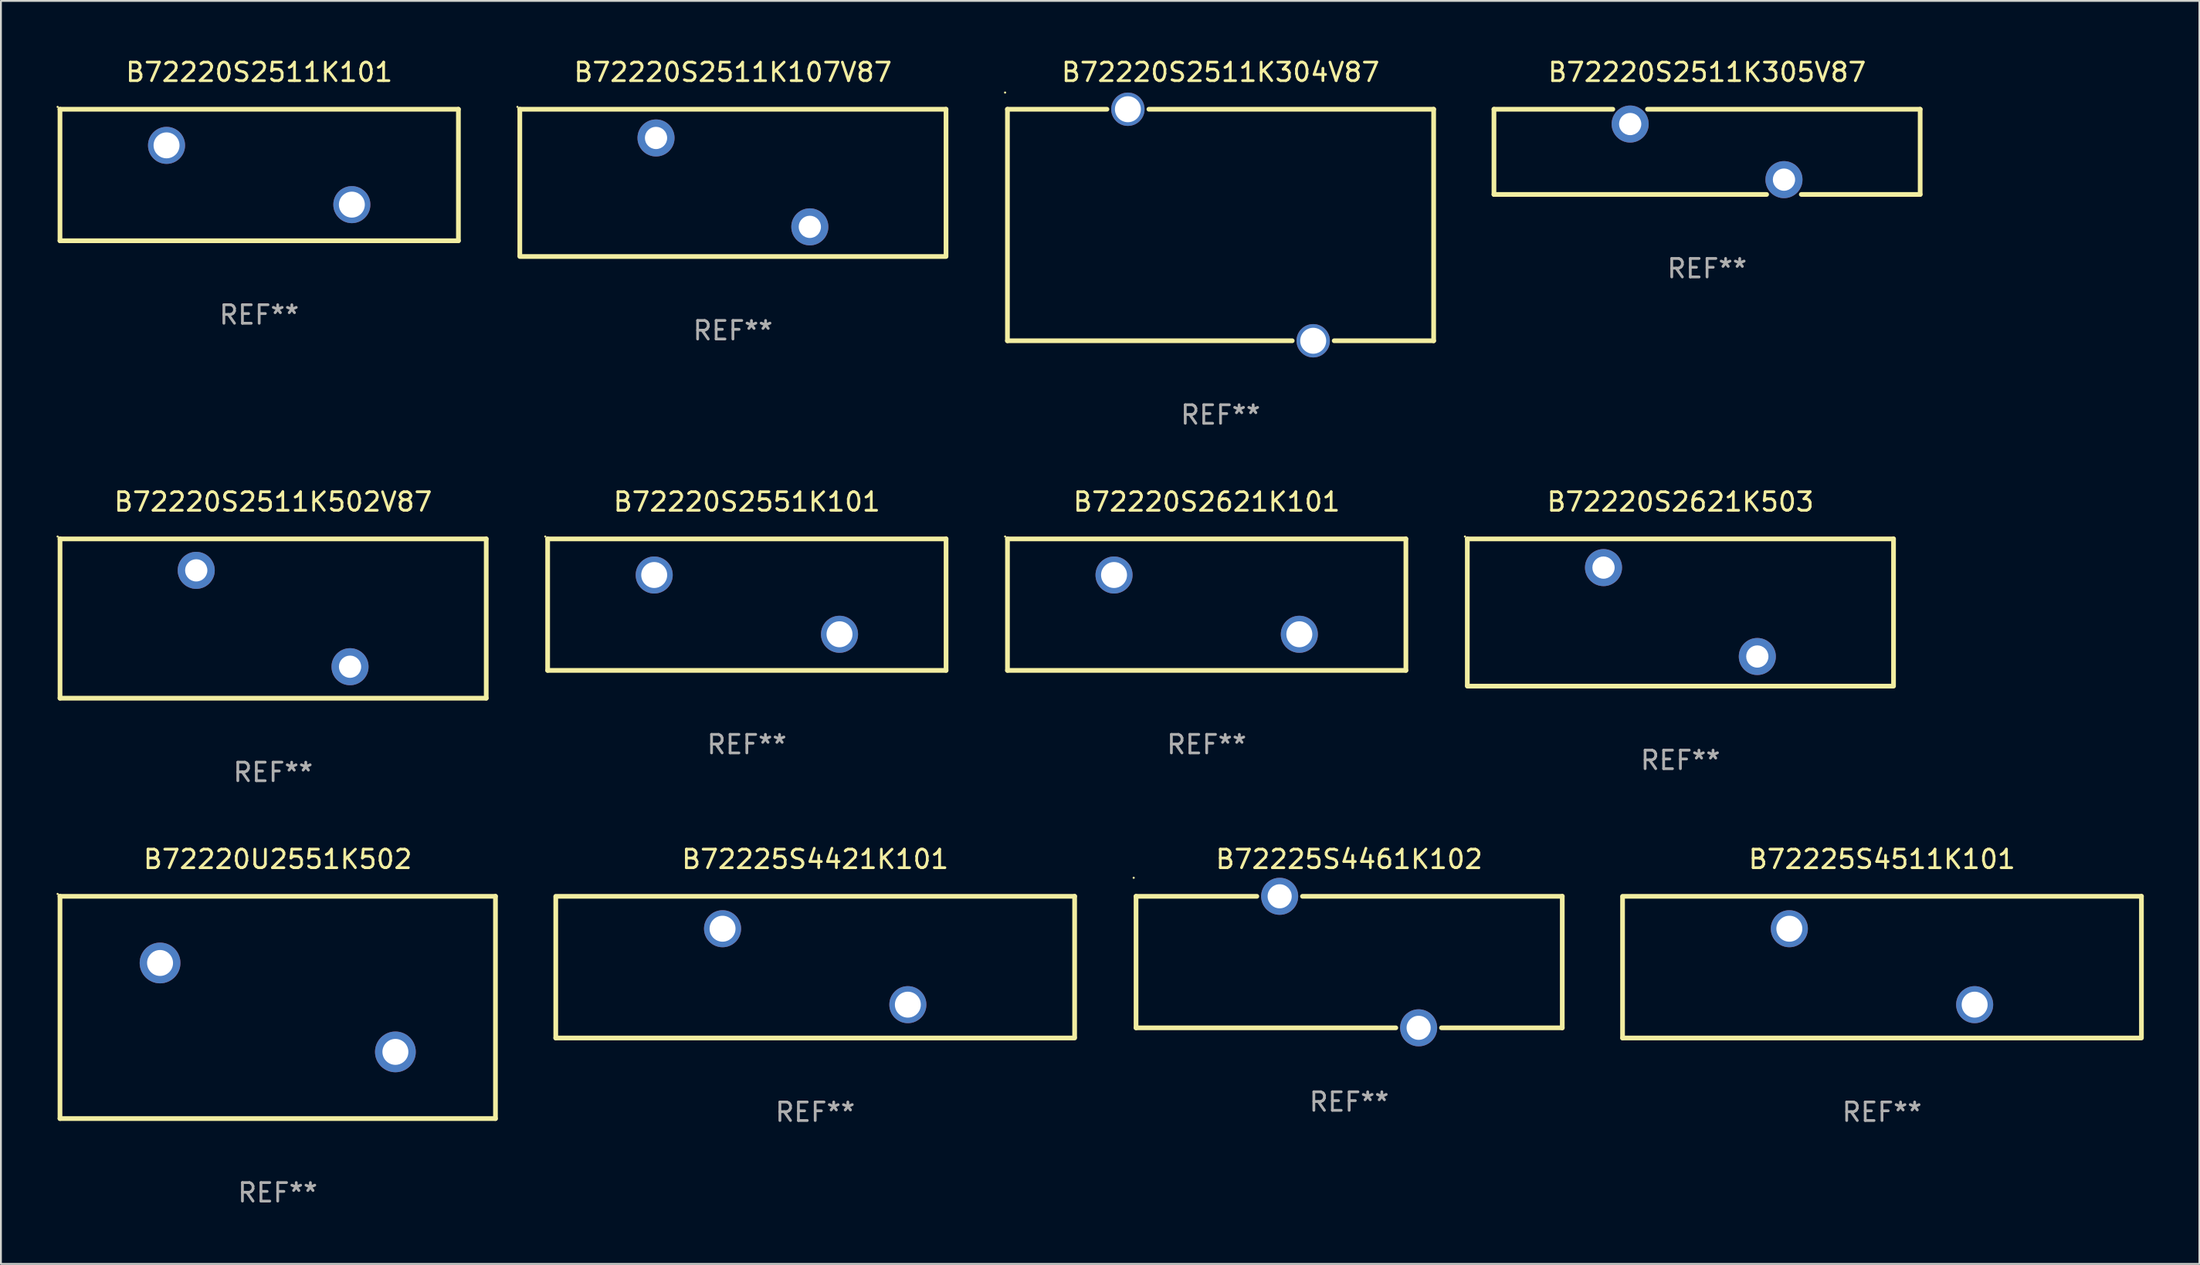
<source format=kicad_pcb>
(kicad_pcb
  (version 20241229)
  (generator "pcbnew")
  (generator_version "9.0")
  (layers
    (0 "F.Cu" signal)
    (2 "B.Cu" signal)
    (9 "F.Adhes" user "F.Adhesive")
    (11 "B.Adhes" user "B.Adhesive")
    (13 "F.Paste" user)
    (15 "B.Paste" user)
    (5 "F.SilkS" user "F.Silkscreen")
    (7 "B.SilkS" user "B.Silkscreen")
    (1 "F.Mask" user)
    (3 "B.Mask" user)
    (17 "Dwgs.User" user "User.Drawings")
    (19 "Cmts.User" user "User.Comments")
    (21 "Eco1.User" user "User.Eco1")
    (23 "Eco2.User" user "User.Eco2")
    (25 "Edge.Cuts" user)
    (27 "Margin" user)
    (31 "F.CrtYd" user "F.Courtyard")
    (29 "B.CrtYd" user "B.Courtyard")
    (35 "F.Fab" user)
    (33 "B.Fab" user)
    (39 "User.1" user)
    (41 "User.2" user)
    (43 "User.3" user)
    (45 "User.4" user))
  (footprint "B72220S2511K502V87"
    (layer "F.Cu")
    (at 11.688 30.345)
    (property "Reference" "B72220S2511K502V87" (at 0 -6.3 0) (layer "F.SilkS") (effects (font (size 1 1) (thickness 0.15))))
    (attr through_hole)
    (fp_line (start -11.499 -4.3) (end 11.501 -4.3) (stroke (width 0.254) (type solid)) (layer "F.SilkS"))
    (fp_line (start -11.499 4.3) (end -11.499 -4.3) (stroke (width 0.254) (type solid)) (layer "F.SilkS"))
    (fp_line (start 11.501 -4.3) (end 11.501 4.3) (stroke (width 0.254) (type solid)) (layer "F.SilkS"))
    (fp_line (start 11.501 4.3) (end -11.501 4.3) (stroke (width 0.254) (type solid)) (layer "F.SilkS"))
    (fp_circle (center -11.628 -4.427) (end -11.598 -4.427) (stroke (width 0.06) (type solid)) (fill no) (layer "F.SilkS"))
    (fp_text user "REF**" (at 0 8.3 0) (layer "F.Fab") (effects (font (size 1 1) (thickness 0.15))))
    (pad "1" thru_hole circle (at -4.149 -2.601) (size 2 2) (drill 1.2) (layers "*.Cu" "*.Mask"))
    (pad "2" thru_hole circle (at 4.151 2.601) (size 2 2) (drill 1.2) (layers "*.Cu" "*.Mask")))
  (footprint "B72225S4511K101"
    (layer "F.Cu")
    (at 98.509 49.167)
    (property "Reference" "B72225S4511K101" (at 0 -5.825 0) (layer "F.SilkS") (effects (font (size 1 1) (thickness 0.15))))
    (attr through_hole)
    (fp_line (start -14 -3.825) (end 14 -3.825) (stroke (width 0.254) (type solid)) (layer "F.SilkS"))
    (fp_line (start -14 3.825) (end -14 -3.775) (stroke (width 0.254) (type solid)) (layer "F.SilkS"))
    (fp_line (start 14 -3.825) (end 14 3.775) (stroke (width 0.254) (type solid)) (layer "F.SilkS"))
    (fp_line (start 14 3.825) (end -14 3.825) (stroke (width 0.254) (type solid)) (layer "F.SilkS"))
    (fp_circle (center -14 -3.825) (end -13.97 -3.825) (stroke (width 0.06) (type solid)) (fill no) (layer "F.SilkS"))
    (fp_text user "REF**" (at 0 7.825 0) (layer "F.Fab") (effects (font (size 1 1) (thickness 0.15))))
    (pad "1" thru_hole circle (at -5 -2.075) (size 2 2) (drill 1.4) (layers "*.Cu" "*.Mask"))
    (pad "2" thru_hole circle (at 5 2.025) (size 2 2) (drill 1.4) (layers "*.Cu" "*.Mask")))
  (footprint "B72220S2621K101"
    (layer "F.Cu")
    (at 62.067 29.595)
    (property "Reference" "B72220S2621K101" (at 0 -5.55 0) (layer "F.SilkS") (effects (font (size 1 1) (thickness 0.15))))
    (attr through_hole)
    (fp_line (start -10.75 -3.55) (end 10.75 -3.55) (stroke (width 0.254) (type solid)) (layer "F.SilkS"))
    (fp_line (start -10.75 3.55) (end -10.75 -3.55) (stroke (width 0.254) (type solid)) (layer "F.SilkS"))
    (fp_line (start 10.75 -3.55) (end 10.75 3.55) (stroke (width 0.254) (type solid)) (layer "F.SilkS"))
    (fp_line (start 10.75 3.55) (end -10.75 3.55) (stroke (width 0.254) (type solid)) (layer "F.SilkS"))
    (fp_circle (center -10.877 -3.677) (end -10.847 -3.677) (stroke (width 0.06) (type solid)) (fill no) (layer "F.SilkS"))
    (fp_text user "REF**" (at 0 7.55 0) (layer "F.Fab") (effects (font (size 1 1) (thickness 0.15))))
    (pad "1" thru_hole circle (at -5 -1.6) (size 2 2) (drill 1.4) (layers "*.Cu" "*.Mask"))
    (pad "2" thru_hole circle (at 5 1.6) (size 2 2) (drill 1.4) (layers "*.Cu" "*.Mask")))
  (footprint "B72220S2551K101"
    (layer "F.Cu")
    (at 37.253 29.595)
    (property "Reference" "B72220S2551K101" (at 0 -5.55 0) (layer "F.SilkS") (effects (font (size 1 1) (thickness 0.15))))
    (attr through_hole)
    (fp_line (start -10.75 -3.55) (end 10.75 -3.55) (stroke (width 0.254) (type solid)) (layer "F.SilkS"))
    (fp_line (start -10.75 3.55) (end -10.75 -3.55) (stroke (width 0.254) (type solid)) (layer "F.SilkS"))
    (fp_line (start 10.75 -3.55) (end 10.75 3.55) (stroke (width 0.254) (type solid)) (layer "F.SilkS"))
    (fp_line (start 10.75 3.55) (end -10.75 3.55) (stroke (width 0.254) (type solid)) (layer "F.SilkS"))
    (fp_circle (center -10.877 -3.677) (end -10.847 -3.677) (stroke (width 0.06) (type solid)) (fill no) (layer "F.SilkS"))
    (fp_text user "REF**" (at 0 7.55 0) (layer "F.Fab") (effects (font (size 1 1) (thickness 0.15))))
    (pad "1" thru_hole circle (at -5 -1.6) (size 2 2) (drill 1.4) (layers "*.Cu" "*.Mask"))
    (pad "2" thru_hole circle (at 5 1.6) (size 2 2) (drill 1.4) (layers "*.Cu" "*.Mask")))
  (footprint "B72220S2511K101"
    (layer "F.Cu")
    (at 10.937 6.398)
    (property "Reference" "B72220S2511K101" (at 0 -5.55 0) (layer "F.SilkS") (effects (font (size 1 1) (thickness 0.15))))
    (attr through_hole)
    (fp_line (start -10.75 -3.55) (end 10.75 -3.55) (stroke (width 0.254) (type solid)) (layer "F.SilkS"))
    (fp_line (start -10.75 3.55) (end -10.75 -3.55) (stroke (width 0.254) (type solid)) (layer "F.SilkS"))
    (fp_line (start 10.75 -3.55) (end 10.75 3.55) (stroke (width 0.254) (type solid)) (layer "F.SilkS"))
    (fp_line (start 10.75 3.55) (end -10.75 3.55) (stroke (width 0.254) (type solid)) (layer "F.SilkS"))
    (fp_circle (center -10.877 -3.677) (end -10.847 -3.677) (stroke (width 0.06) (type solid)) (fill no) (layer "F.SilkS"))
    (fp_text user "REF**" (at 0 7.55 0) (layer "F.Fab") (effects (font (size 1 1) (thickness 0.15))))
    (pad "1" thru_hole circle (at -5 -1.6) (size 2 2) (drill 1.4) (layers "*.Cu" "*.Mask"))
    (pad "2" thru_hole circle (at 5 1.6) (size 2 2) (drill 1.4) (layers "*.Cu" "*.Mask")))
  (footprint "B72225S4461K102"
    (layer "F.Cu")
    (at 69.755 48.892)
    (property "Reference" "B72225S4461K102" (at 0 -5.55 0) (layer "F.SilkS") (effects (font (size 1 1) (thickness 0.15))))
    (attr through_hole)
    (fp_line (start -11.5 -3.55) (end -4.981 -3.55) (stroke (width 0.254) (type solid)) (layer "F.SilkS"))
    (fp_line (start -11.5 3.55) (end -11.5 -3.55) (stroke (width 0.254) (type solid)) (layer "F.SilkS"))
    (fp_line (start -2.519 -3.55) (end 11.5 -3.55) (stroke (width 0.254) (type solid)) (layer "F.SilkS"))
    (fp_line (start 2.519 3.55) (end -11.5 3.55) (stroke (width 0.254) (type solid)) (layer "F.SilkS"))
    (fp_line (start 11.5 -3.55) (end 11.5 3.55) (stroke (width 0.254) (type solid)) (layer "F.SilkS"))
    (fp_line (start 11.5 3.55) (end 4.981 3.55) (stroke (width 0.254) (type solid)) (layer "F.SilkS"))
    (fp_circle (center -11.627 -4.55) (end -11.597 -4.55) (stroke (width 0.06) (type solid)) (fill no) (layer "F.SilkS"))
    (fp_text user "REF**" (at 0 7.55 0) (layer "F.Fab") (effects (font (size 1 1) (thickness 0.15))))
    (pad "1" thru_hole circle (at -3.75 -3.55) (size 2 2) (drill 1.3) (layers "*.Cu" "*.Mask"))
    (pad "2" thru_hole circle (at 3.75 3.55) (size 2 2) (drill 1.3) (layers "*.Cu" "*.Mask")))
  (footprint "B72220S2511K305V87"
    (layer "F.Cu")
    (at 89.069 5.148)
    (property "Reference" "B72220S2511K305V87" (at 0 -4.3 0) (layer "F.SilkS") (effects (font (size 1 1) (thickness 0.15))))
    (attr through_hole)
    (fp_line (start -11.5 -2.3) (end -5.086 -2.3) (stroke (width 0.254) (type solid)) (layer "F.SilkS"))
    (fp_line (start -11.5 2.3) (end -11.5 -2.3) (stroke (width 0.254) (type solid)) (layer "F.SilkS"))
    (fp_line (start -3.215 -2.3) (end 11.5 -2.3) (stroke (width 0.254) (type solid)) (layer "F.SilkS"))
    (fp_line (start 3.214 2.3) (end -11.5 2.3) (stroke (width 0.254) (type solid)) (layer "F.SilkS"))
    (fp_line (start 11.5 -2.3) (end 11.5 2.3) (stroke (width 0.254) (type solid)) (layer "F.SilkS"))
    (fp_line (start 11.5 2.3) (end 5.086 2.3) (stroke (width 0.254) (type solid)) (layer "F.SilkS"))
    (fp_circle (center -11.5 -2.3) (end -11.47 -2.3) (stroke (width 0.06) (type solid)) (fill no) (layer "F.SilkS"))
    (fp_text user "REF**" (at 0 6.3 0) (layer "F.Fab") (effects (font (size 1 1) (thickness 0.15))))
    (pad "1" thru_hole circle (at -4.15 -1.501) (size 2 2) (drill 1.2) (layers "*.Cu" "*.Mask"))
    (pad "2" thru_hole circle (at 4.15 1.501) (size 2 2) (drill 1.2) (layers "*.Cu" "*.Mask")))
  (footprint "B72220S2511K107V87"
    (layer "F.Cu")
    (at 36.501 6.823)
    (property "Reference" "B72220S2511K107V87" (at 0 -5.975 0) (layer "F.SilkS") (effects (font (size 1 1) (thickness 0.15))))
    (attr through_hole)
    (fp_line (start -11.5 -3.975) (end 11.5 -3.975) (stroke (width 0.254) (type solid)) (layer "F.SilkS"))
    (fp_line (start -11.5 3.925) (end -11.5 -3.974) (stroke (width 0.254) (type solid)) (layer "F.SilkS"))
    (fp_line (start 11.5 3.975) (end -11.5 3.975) (stroke (width 0.254) (type solid)) (layer "F.SilkS"))
    (fp_line (start 11.5 -3.975) (end 11.5 3.925) (stroke (width 0.254) (type solid)) (layer "F.SilkS"))
    (fp_circle (center -11.627 -4.102) (end -11.597 -4.102) (stroke (width 0.06) (type solid)) (fill no) (layer "F.SilkS"))
    (fp_text user "REF**" (at 0 7.975 0) (layer "F.Fab") (effects (font (size 1 1) (thickness 0.15))))
    (pad "1" thru_hole circle (at -4.15 -2.425) (size 2 2) (drill 1.2) (layers "*.Cu" "*.Mask"))
    (pad "2" thru_hole circle (at 4.15 2.375) (size 2 2) (drill 1.2) (layers "*.Cu" "*.Mask")))
  (footprint "B72220U2551K502"
    (layer "F.Cu")
    (at 11.937 51.342)
    (property "Reference" "B72220U2551K502" (at 0 -8 0) (layer "F.SilkS") (effects (font (size 1 1) (thickness 0.15))))
    (attr through_hole)
    (fp_line (start -11.75 -6) (end -11.75 6) (stroke (width 0.254) (type solid)) (layer "F.SilkS"))
    (fp_line (start -11.75 -6) (end 11.75 -6) (stroke (width 0.254) (type solid)) (layer "F.SilkS"))
    (fp_line (start -11.75 6) (end 11.75 6) (stroke (width 0.254) (type solid)) (layer "F.SilkS"))
    (fp_line (start 11.75 -6) (end 11.75 6) (stroke (width 0.254) (type solid)) (layer "F.SilkS"))
    (fp_circle (center -11.877 -6.127) (end -11.847 -6.127) (stroke (width 0.06) (type solid)) (fill no) (layer "F.SilkS"))
    (fp_text user "REF**" (at 0 10 0) (layer "F.Fab") (effects (font (size 1 1) (thickness 0.15))))
    (pad "1" thru_hole circle (at -6.35 -2.4) (size 2.2 2.2) (drill 1.4) (layers "*.Cu" "*.Mask"))
    (pad "2" thru_hole circle (at 6.35 2.4) (size 2.2 2.2) (drill 1.4) (layers "*.Cu" "*.Mask")))
  (footprint "B72220S2621K503"
    (layer "F.Cu")
    (at 87.631 30.02)
    (property "Reference" "B72220S2621K503" (at 0 -5.975 0) (layer "F.SilkS") (effects (font (size 1 1) (thickness 0.15))))
    (attr through_hole)
    (fp_line (start -11.5 -3.975) (end 11.5 -3.975) (stroke (width 0.254) (type solid)) (layer "F.SilkS"))
    (fp_line (start -11.5 3.925) (end -11.5 -3.974) (stroke (width 0.254) (type solid)) (layer "F.SilkS"))
    (fp_line (start 11.5 3.975) (end -11.5 3.975) (stroke (width 0.254) (type solid)) (layer "F.SilkS"))
    (fp_line (start 11.5 -3.975) (end 11.5 3.925) (stroke (width 0.254) (type solid)) (layer "F.SilkS"))
    (fp_circle (center -11.627 -4.102) (end -11.597 -4.102) (stroke (width 0.06) (type solid)) (fill no) (layer "F.SilkS"))
    (fp_text user "REF**" (at 0 7.975 0) (layer "F.Fab") (effects (font (size 1 1) (thickness 0.15))))
    (pad "1" thru_hole circle (at -4.15 -2.425) (size 2 2) (drill 1.2) (layers "*.Cu" "*.Mask"))
    (pad "2" thru_hole circle (at 4.15 2.375) (size 2 2) (drill 1.2) (layers "*.Cu" "*.Mask")))
  (footprint "B72220S2511K304V87"
    (layer "F.Cu")
    (at 62.815 9.098)
    (property "Reference" "B72220S2511K304V87" (at 0 -8.25 0) (layer "F.SilkS") (effects (font (size 1 1) (thickness 0.15))))
    (attr through_hole)
    (fp_line (start -11.5 -6.25) (end -6.131 -6.25) (stroke (width 0.254) (type solid)) (layer "F.SilkS"))
    (fp_line (start -11.5 6.25) (end -11.5 -6.25) (stroke (width 0.254) (type solid)) (layer "F.SilkS"))
    (fp_line (start -11.5 6.25) (end 3.869 6.25) (stroke (width 0.254) (type solid)) (layer "F.SilkS"))
    (fp_line (start -3.869 -6.25) (end 11.5 -6.25) (stroke (width 0.254) (type solid)) (layer "F.SilkS"))
    (fp_line (start 6.131 6.25) (end 11.5 6.25) (stroke (width 0.254) (type solid)) (layer "F.SilkS"))
    (fp_line (start 11.5 -6.25) (end 11.5 6.25) (stroke (width 0.254) (type solid)) (layer "F.SilkS"))
    (fp_circle (center -11.627 -7.15) (end -11.597 -7.15) (stroke (width 0.06) (type solid)) (fill no) (layer "F.SilkS"))
    (fp_text user "REF**" (at 0 10.25 0) (layer "F.Fab") (effects (font (size 1 1) (thickness 0.15))))
    (pad "1" thru_hole circle (at -5 -6.25) (size 1.8 1.8) (drill 1.4) (layers "*.Cu" "*.Mask"))
    (pad "2" thru_hole circle (at 5 6.25) (size 1.8 1.8) (drill 1.4) (layers "*.Cu" "*.Mask")))
  (footprint "B72225S4421K101"
    (layer "F.Cu")
    (at 40.941 49.167)
    (property "Reference" "B72225S4421K101" (at 0 -5.825 0) (layer "F.SilkS") (effects (font (size 1 1) (thickness 0.15))))
    (attr through_hole)
    (fp_line (start -14 -3.825) (end 14 -3.825) (stroke (width 0.254) (type solid)) (layer "F.SilkS"))
    (fp_line (start -14 3.825) (end -14 -3.775) (stroke (width 0.254) (type solid)) (layer "F.SilkS"))
    (fp_line (start 14 -3.825) (end 14 3.775) (stroke (width 0.254) (type solid)) (layer "F.SilkS"))
    (fp_line (start 14 3.825) (end -14 3.825) (stroke (width 0.254) (type solid)) (layer "F.SilkS"))
    (fp_circle (center -14 -3.825) (end -13.97 -3.825) (stroke (width 0.06) (type solid)) (fill no) (layer "F.SilkS"))
    (fp_text user "REF**" (at 0 7.825 0) (layer "F.Fab") (effects (font (size 1 1) (thickness 0.15))))
    (pad "1" thru_hole circle (at -5 -2.075) (size 2 2) (drill 1.4) (layers "*.Cu" "*.Mask"))
    (pad "2" thru_hole circle (at 5 2.025) (size 2 2) (drill 1.4) (layers "*.Cu" "*.Mask")))
  (gr_rect
    (start -3 -3)
    (end 115.636 65.19)
    (stroke (width 0.1) (type default))
    (fill no)
    (layer "Edge.Cuts")))
</source>
